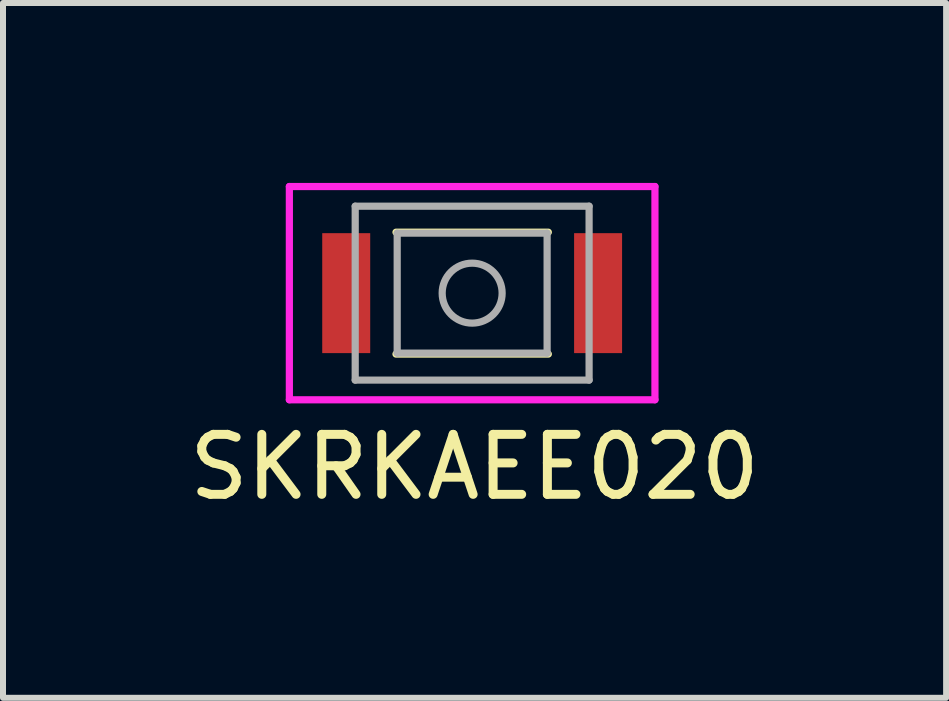
<source format=kicad_pcb>
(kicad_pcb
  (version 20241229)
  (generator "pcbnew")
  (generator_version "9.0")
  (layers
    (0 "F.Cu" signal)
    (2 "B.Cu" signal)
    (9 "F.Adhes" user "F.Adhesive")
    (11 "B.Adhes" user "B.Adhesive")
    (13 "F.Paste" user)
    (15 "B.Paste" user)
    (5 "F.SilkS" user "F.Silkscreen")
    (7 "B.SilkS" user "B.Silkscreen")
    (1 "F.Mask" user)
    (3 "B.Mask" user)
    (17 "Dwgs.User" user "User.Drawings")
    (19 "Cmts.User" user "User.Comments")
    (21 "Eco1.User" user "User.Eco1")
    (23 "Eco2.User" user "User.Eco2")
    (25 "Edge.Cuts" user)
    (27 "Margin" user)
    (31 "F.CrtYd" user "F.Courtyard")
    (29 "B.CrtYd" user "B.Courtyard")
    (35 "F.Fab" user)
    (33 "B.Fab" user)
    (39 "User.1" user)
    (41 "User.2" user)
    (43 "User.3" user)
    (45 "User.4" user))
  (footprint "SKRKAEE020"
    (layer "F.Cu")
    (at 4.823 1.838)
    (property "Reference" "SKRKAEE020" (at 0.04 2.9 0) (layer "F.SilkS") (effects (font (size 1 1) (thickness 0.15))))
    (attr through_hole)
    (fp_line (start -1.27 -1.016) (end 1.27 -1.016) (stroke (width 0.12) (type solid)) (layer "F.SilkS"))
    (fp_line (start -1.27 1.016) (end 1.27 1.016) (stroke (width 0.12) (type solid)) (layer "F.SilkS"))
    (fp_line (start -3.048 -1.778) (end -3.048 1.778) (stroke (width 0.12) (type solid)) (layer "F.CrtYd"))
    (fp_line (start -3.048 1.778) (end 3.048 1.778) (stroke (width 0.12) (type solid)) (layer "F.CrtYd"))
    (fp_line (start 3.048 -1.778) (end -3.048 -1.778) (stroke (width 0.12) (type solid)) (layer "F.CrtYd"))
    (fp_line (start 3.048 1.778) (end 3.048 -1.778) (stroke (width 0.12) (type solid)) (layer "F.CrtYd"))
    (fp_line (start -1.95 -1.45) (end -1.95 1.45) (stroke (width 0.12) (type solid)) (layer "F.Fab"))
    (fp_line (start -1.95 -1.45) (end 1.95 -1.45) (stroke (width 0.12) (type solid)) (layer "F.Fab"))
    (fp_line (start -1.95 1.45) (end 1.95 1.45) (stroke (width 0.12) (type solid)) (layer "F.Fab"))
    (fp_line (start -1.25 -1) (end 1.25 -1) (stroke (width 0.12) (type solid)) (layer "F.Fab"))
    (fp_line (start -1.25 1) (end -1.25 -1) (stroke (width 0.12) (type solid)) (layer "F.Fab"))
    (fp_line (start -1.25 1) (end 1.25 1) (stroke (width 0.12) (type solid)) (layer "F.Fab"))
    (fp_line (start 1.25 1) (end 1.25 -1) (stroke (width 0.12) (type solid)) (layer "F.Fab"))
    (fp_line (start 1.95 -1.45) (end 1.95 1.45) (stroke (width 0.12) (type solid)) (layer "F.Fab"))
    (fp_circle (center 0 0) (end 0.5 0) (stroke (width 0.12) (type solid)) (fill no) (layer "F.Fab"))
    (pad "1" smd rect (at -2.1 0) (size 0.8 2) (layers "F.Cu" "F.Mask" "F.Paste"))
    (pad "2" smd rect (at 2.1 0) (size 0.8 2) (layers "F.Cu" "F.Mask" "F.Paste")))
  (gr_rect
    (start -3 -3)
    (end 12.726 8.586)
    (stroke (width 0.1) (type default))
    (fill no)
    (layer "Edge.Cuts")))
</source>
